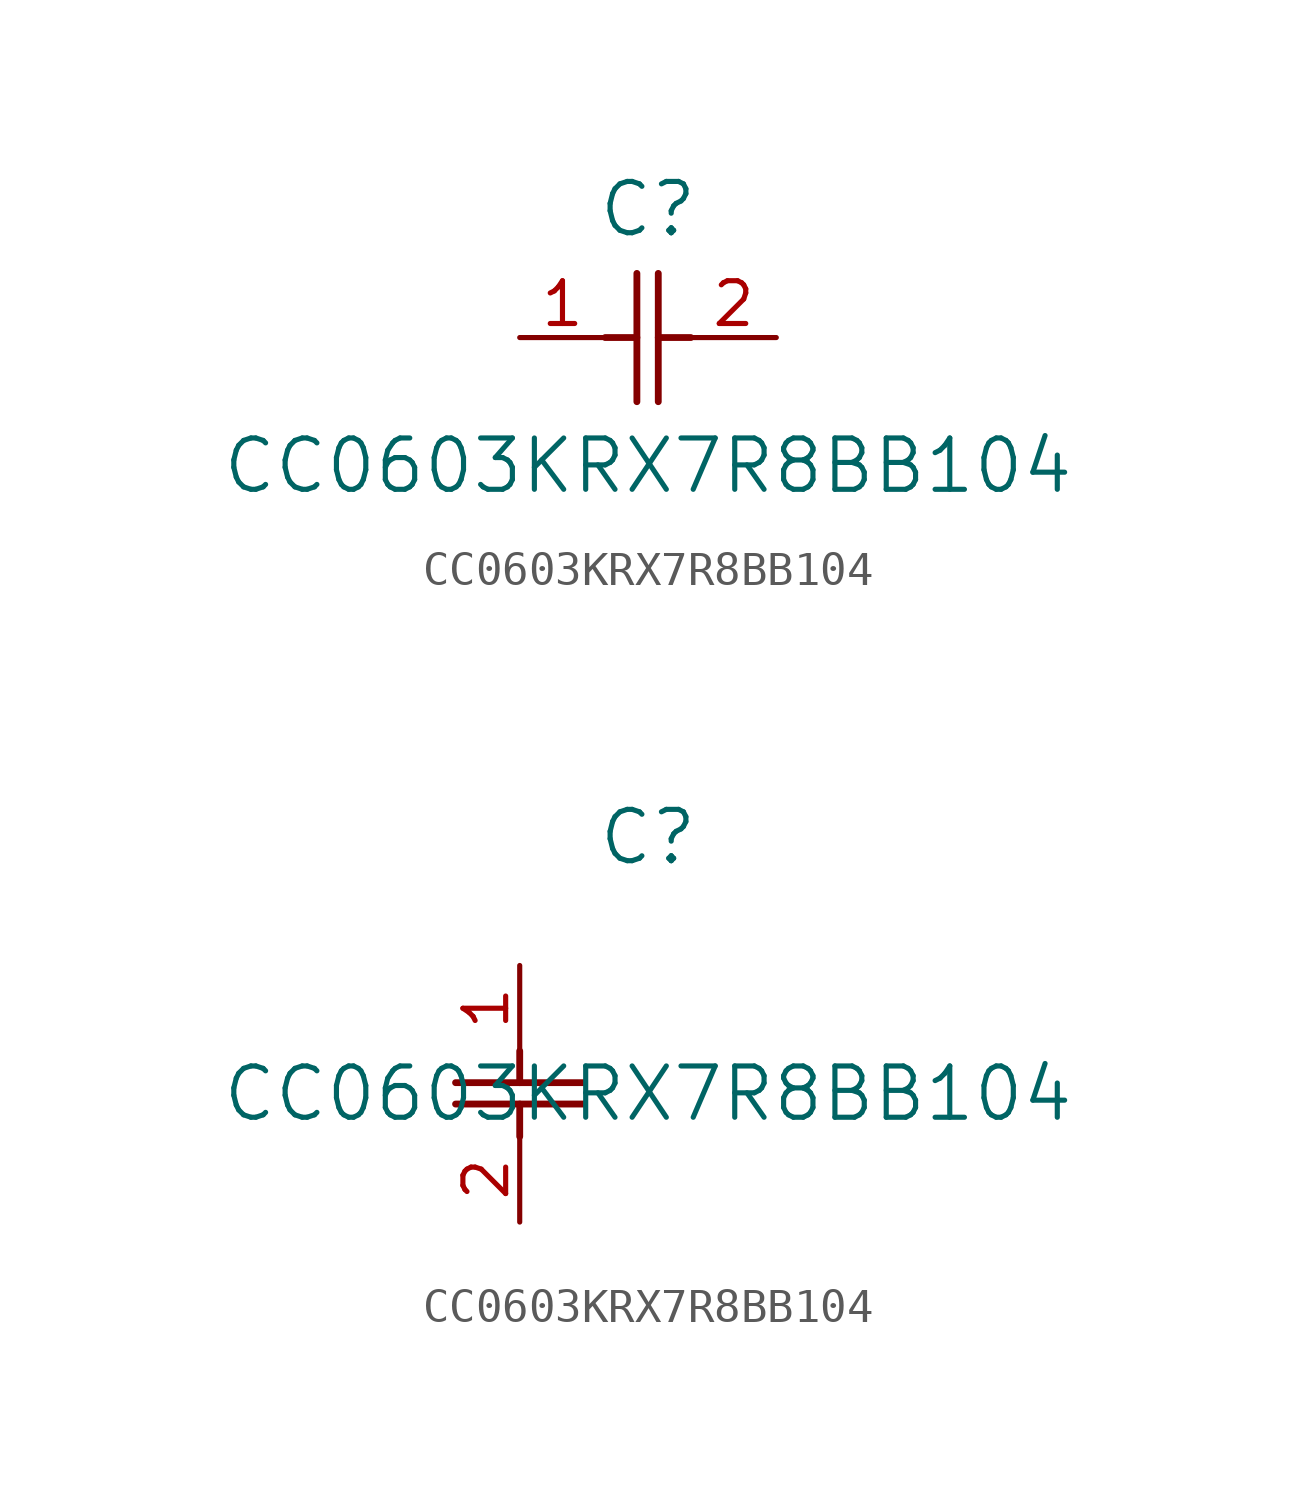
<source format=kicad_sym>
(kicad_symbol_lib
  (version 20211014)
  (generator kicad_symbol_editor)
  (symbol "CC0603KRX7R8BB104"
    (pin_names
      (offset 0.254))
    (property "Reference" "C"
      (at 3.81 3.81 0)
      (effects (font (size 1.524 1.524))))
    (property "Value" "CC0603KRX7R8BB104"
      (at 3.81 -3.81 0)
      (effects (font (size 1.524 1.524))))
    (symbol "CC0603KRX7R8BB104_1_1"
      (polyline (pts (xy 3.48 -1.905) (xy 3.48 1.905)) (stroke (width 0.203) (type default) (color 0 0 0 0)) (fill (type none)))
      (polyline (pts (xy 4.115 -1.905) (xy 4.115 1.905)) (stroke (width 0.203) (type default) (color 0 0 0 0)) (fill (type none)))
      (polyline (pts (xy 4.115 0) (xy 5.08 0)) (stroke (width 0.203) (type default) (color 0 0 0 0)) (fill (type none)))
      (polyline (pts (xy 2.54 0) (xy 3.48 0)) (stroke (width 0.203) (type default) (color 0 0 0 0)) (fill (type none)))
      (pin unspecified line (at 0 0 0) (length 2.54) (name "" (effects (font (size 1.27 1.27)))) (number "1" (effects (font (size 1.27 1.27)))))
      (pin unspecified line (at 7.62 0 180) (length 2.54) (name "" (effects (font (size 1.27 1.27)))) (number "2" (effects (font (size 1.27 1.27))))))
    (symbol "CC0603KRX7R8BB104_1_2"
      (polyline (pts (xy -1.905 -3.48) (xy 1.905 -3.48)) (stroke (width 0.203) (type default) (color 0 0 0 0)) (fill (type none)))
      (polyline (pts (xy -1.905 -4.115) (xy 1.905 -4.115)) (stroke (width 0.203) (type default) (color 0 0 0 0)) (fill (type none)))
      (polyline (pts (xy 0 -4.115) (xy 0 -5.08)) (stroke (width 0.203) (type default) (color 0 0 0 0)) (fill (type none)))
      (polyline (pts (xy 0 -2.54) (xy 0 -3.48)) (stroke (width 0.203) (type default) (color 0 0 0 0)) (fill (type none)))
      (pin unspecified line (at 0 0 270) (length 2.54) (name "" (effects (font (size 1.27 1.27)))) (number "1" (effects (font (size 1.27 1.27)))))
      (pin unspecified line (at 0 -7.62 90) (length 2.54) (name "" (effects (font (size 1.27 1.27)))) (number "2" (effects (font (size 1.27 1.27))))))))
</source>
